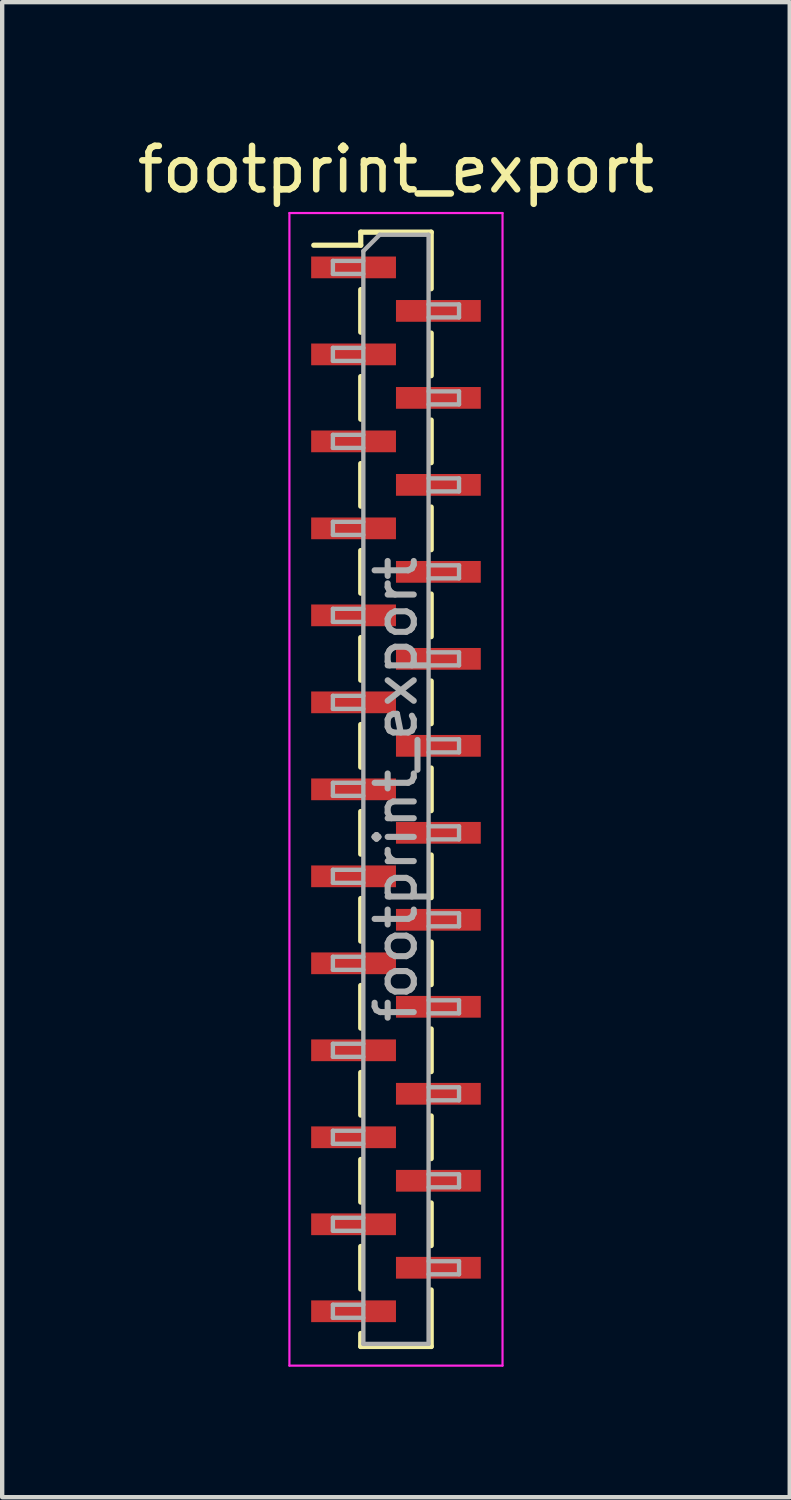
<source format=kicad_pcb>
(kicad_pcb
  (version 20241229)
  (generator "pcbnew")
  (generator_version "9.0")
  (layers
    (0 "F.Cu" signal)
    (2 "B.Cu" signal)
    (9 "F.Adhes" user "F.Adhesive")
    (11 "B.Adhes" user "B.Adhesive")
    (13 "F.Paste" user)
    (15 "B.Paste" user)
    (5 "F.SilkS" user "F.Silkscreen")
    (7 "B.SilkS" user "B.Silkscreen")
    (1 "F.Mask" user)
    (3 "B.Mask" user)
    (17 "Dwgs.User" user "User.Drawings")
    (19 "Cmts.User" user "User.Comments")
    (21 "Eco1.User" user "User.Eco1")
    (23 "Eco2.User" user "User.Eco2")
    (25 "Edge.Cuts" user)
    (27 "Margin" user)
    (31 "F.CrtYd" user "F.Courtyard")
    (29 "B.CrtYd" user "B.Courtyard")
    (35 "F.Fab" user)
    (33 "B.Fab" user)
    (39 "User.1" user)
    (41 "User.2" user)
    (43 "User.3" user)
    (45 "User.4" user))
  (footprint "footprint_export"
    (layer "F.Cu")
    (at 6.054 15.098)
    (property "Reference" "footprint_export" (at 0 -14.25 0) (layer "F.SilkS") (effects (font (size 1 1) (thickness 0.15))))
    (attr smd)
    (fp_line (start -1.89 -12.51) (end -0.81 -12.51) (stroke (width 0.12) (type solid)) (layer "F.SilkS"))
    (fp_line (start -0.81 -12.81) (end -0.81 -12.51) (stroke (width 0.12) (type solid)) (layer "F.SilkS"))
    (fp_line (start -0.81 -12.81) (end 0.81 -12.81) (stroke (width 0.12) (type solid)) (layer "F.SilkS"))
    (fp_line (start -0.81 -11.49) (end -0.81 -10.51) (stroke (width 0.12) (type solid)) (layer "F.SilkS"))
    (fp_line (start -0.81 -9.49) (end -0.81 -8.51) (stroke (width 0.12) (type solid)) (layer "F.SilkS"))
    (fp_line (start -0.81 -7.49) (end -0.81 -6.51) (stroke (width 0.12) (type solid)) (layer "F.SilkS"))
    (fp_line (start -0.81 -5.49) (end -0.81 -4.51) (stroke (width 0.12) (type solid)) (layer "F.SilkS"))
    (fp_line (start -0.81 -3.49) (end -0.81 -2.51) (stroke (width 0.12) (type solid)) (layer "F.SilkS"))
    (fp_line (start -0.81 -1.49) (end -0.81 -0.51) (stroke (width 0.12) (type solid)) (layer "F.SilkS"))
    (fp_line (start -0.81 0.51) (end -0.81 1.49) (stroke (width 0.12) (type solid)) (layer "F.SilkS"))
    (fp_line (start -0.81 2.51) (end -0.81 3.49) (stroke (width 0.12) (type solid)) (layer "F.SilkS"))
    (fp_line (start -0.81 4.51) (end -0.81 5.49) (stroke (width 0.12) (type solid)) (layer "F.SilkS"))
    (fp_line (start -0.81 6.51) (end -0.81 7.49) (stroke (width 0.12) (type solid)) (layer "F.SilkS"))
    (fp_line (start -0.81 8.51) (end -0.81 9.49) (stroke (width 0.12) (type solid)) (layer "F.SilkS"))
    (fp_line (start -0.81 10.51) (end -0.81 11.49) (stroke (width 0.12) (type solid)) (layer "F.SilkS"))
    (fp_line (start -0.81 12.51) (end -0.81 12.81) (stroke (width 0.12) (type solid)) (layer "F.SilkS"))
    (fp_line (start -0.81 12.81) (end 0.81 12.81) (stroke (width 0.12) (type solid)) (layer "F.SilkS"))
    (fp_line (start 0.81 -12.81) (end 0.81 -11.51) (stroke (width 0.12) (type solid)) (layer "F.SilkS"))
    (fp_line (start 0.81 -10.49) (end 0.81 -9.51) (stroke (width 0.12) (type solid)) (layer "F.SilkS"))
    (fp_line (start 0.81 -8.49) (end 0.81 -7.51) (stroke (width 0.12) (type solid)) (layer "F.SilkS"))
    (fp_line (start 0.81 -6.49) (end 0.81 -5.51) (stroke (width 0.12) (type solid)) (layer "F.SilkS"))
    (fp_line (start 0.81 -4.49) (end 0.81 -3.51) (stroke (width 0.12) (type solid)) (layer "F.SilkS"))
    (fp_line (start 0.81 -2.49) (end 0.81 -1.51) (stroke (width 0.12) (type solid)) (layer "F.SilkS"))
    (fp_line (start 0.81 -0.49) (end 0.81 0.49) (stroke (width 0.12) (type solid)) (layer "F.SilkS"))
    (fp_line (start 0.81 1.51) (end 0.81 2.49) (stroke (width 0.12) (type solid)) (layer "F.SilkS"))
    (fp_line (start 0.81 3.51) (end 0.81 4.49) (stroke (width 0.12) (type solid)) (layer "F.SilkS"))
    (fp_line (start 0.81 5.51) (end 0.81 6.49) (stroke (width 0.12) (type solid)) (layer "F.SilkS"))
    (fp_line (start 0.81 7.51) (end 0.81 8.49) (stroke (width 0.12) (type solid)) (layer "F.SilkS"))
    (fp_line (start 0.81 9.51) (end 0.81 10.49) (stroke (width 0.12) (type solid)) (layer "F.SilkS"))
    (fp_line (start 0.81 11.51) (end 0.81 12.81) (stroke (width 0.12) (type solid)) (layer "F.SilkS"))
    (fp_line (start -2.45 -13.25) (end 2.45 -13.25) (stroke (width 0.05) (type solid)) (layer "F.CrtYd"))
    (fp_line (start -2.45 13.25) (end -2.45 -13.25) (stroke (width 0.05) (type solid)) (layer "F.CrtYd"))
    (fp_line (start 2.45 -13.25) (end 2.45 13.25) (stroke (width 0.05) (type solid)) (layer "F.CrtYd"))
    (fp_line (start 2.45 13.25) (end -2.45 13.25) (stroke (width 0.05) (type solid)) (layer "F.CrtYd"))
    (fp_line (start -1.45 -12.15) (end -0.75 -12.15) (stroke (width 0.1) (type solid)) (layer "F.Fab"))
    (fp_line (start -1.45 -11.85) (end -1.45 -12.15) (stroke (width 0.1) (type solid)) (layer "F.Fab"))
    (fp_line (start -1.45 -10.15) (end -0.75 -10.15) (stroke (width 0.1) (type solid)) (layer "F.Fab"))
    (fp_line (start -1.45 -9.85) (end -1.45 -10.15) (stroke (width 0.1) (type solid)) (layer "F.Fab"))
    (fp_line (start -1.45 -8.15) (end -0.75 -8.15) (stroke (width 0.1) (type solid)) (layer "F.Fab"))
    (fp_line (start -1.45 -7.85) (end -1.45 -8.15) (stroke (width 0.1) (type solid)) (layer "F.Fab"))
    (fp_line (start -1.45 -6.15) (end -0.75 -6.15) (stroke (width 0.1) (type solid)) (layer "F.Fab"))
    (fp_line (start -1.45 -5.85) (end -1.45 -6.15) (stroke (width 0.1) (type solid)) (layer "F.Fab"))
    (fp_line (start -1.45 -4.15) (end -0.75 -4.15) (stroke (width 0.1) (type solid)) (layer "F.Fab"))
    (fp_line (start -1.45 -3.85) (end -1.45 -4.15) (stroke (width 0.1) (type solid)) (layer "F.Fab"))
    (fp_line (start -1.45 -2.15) (end -0.75 -2.15) (stroke (width 0.1) (type solid)) (layer "F.Fab"))
    (fp_line (start -1.45 -1.85) (end -1.45 -2.15) (stroke (width 0.1) (type solid)) (layer "F.Fab"))
    (fp_line (start -1.45 -0.15) (end -0.75 -0.15) (stroke (width 0.1) (type solid)) (layer "F.Fab"))
    (fp_line (start -1.45 0.15) (end -1.45 -0.15) (stroke (width 0.1) (type solid)) (layer "F.Fab"))
    (fp_line (start -1.45 1.85) (end -0.75 1.85) (stroke (width 0.1) (type solid)) (layer "F.Fab"))
    (fp_line (start -1.45 2.15) (end -1.45 1.85) (stroke (width 0.1) (type solid)) (layer "F.Fab"))
    (fp_line (start -1.45 3.85) (end -0.75 3.85) (stroke (width 0.1) (type solid)) (layer "F.Fab"))
    (fp_line (start -1.45 4.15) (end -1.45 3.85) (stroke (width 0.1) (type solid)) (layer "F.Fab"))
    (fp_line (start -1.45 5.85) (end -0.75 5.85) (stroke (width 0.1) (type solid)) (layer "F.Fab"))
    (fp_line (start -1.45 6.15) (end -1.45 5.85) (stroke (width 0.1) (type solid)) (layer "F.Fab"))
    (fp_line (start -1.45 7.85) (end -0.75 7.85) (stroke (width 0.1) (type solid)) (layer "F.Fab"))
    (fp_line (start -1.45 8.15) (end -1.45 7.85) (stroke (width 0.1) (type solid)) (layer "F.Fab"))
    (fp_line (start -1.45 9.85) (end -0.75 9.85) (stroke (width 0.1) (type solid)) (layer "F.Fab"))
    (fp_line (start -1.45 10.15) (end -1.45 9.85) (stroke (width 0.1) (type solid)) (layer "F.Fab"))
    (fp_line (start -1.45 11.85) (end -0.75 11.85) (stroke (width 0.1) (type solid)) (layer "F.Fab"))
    (fp_line (start -1.45 12.15) (end -1.45 11.85) (stroke (width 0.1) (type solid)) (layer "F.Fab"))
    (fp_line (start -0.75 -12.375) (end -0.375 -12.75) (stroke (width 0.1) (type solid)) (layer "F.Fab"))
    (fp_line (start -0.75 -11.85) (end -1.45 -11.85) (stroke (width 0.1) (type solid)) (layer "F.Fab"))
    (fp_line (start -0.75 -9.85) (end -1.45 -9.85) (stroke (width 0.1) (type solid)) (layer "F.Fab"))
    (fp_line (start -0.75 -7.85) (end -1.45 -7.85) (stroke (width 0.1) (type solid)) (layer "F.Fab"))
    (fp_line (start -0.75 -5.85) (end -1.45 -5.85) (stroke (width 0.1) (type solid)) (layer "F.Fab"))
    (fp_line (start -0.75 -3.85) (end -1.45 -3.85) (stroke (width 0.1) (type solid)) (layer "F.Fab"))
    (fp_line (start -0.75 -1.85) (end -1.45 -1.85) (stroke (width 0.1) (type solid)) (layer "F.Fab"))
    (fp_line (start -0.75 0.15) (end -1.45 0.15) (stroke (width 0.1) (type solid)) (layer "F.Fab"))
    (fp_line (start -0.75 2.15) (end -1.45 2.15) (stroke (width 0.1) (type solid)) (layer "F.Fab"))
    (fp_line (start -0.75 4.15) (end -1.45 4.15) (stroke (width 0.1) (type solid)) (layer "F.Fab"))
    (fp_line (start -0.75 6.15) (end -1.45 6.15) (stroke (width 0.1) (type solid)) (layer "F.Fab"))
    (fp_line (start -0.75 8.15) (end -1.45 8.15) (stroke (width 0.1) (type solid)) (layer "F.Fab"))
    (fp_line (start -0.75 10.15) (end -1.45 10.15) (stroke (width 0.1) (type solid)) (layer "F.Fab"))
    (fp_line (start -0.75 12.15) (end -1.45 12.15) (stroke (width 0.1) (type solid)) (layer "F.Fab"))
    (fp_line (start -0.75 12.75) (end -0.75 -12.375) (stroke (width 0.1) (type solid)) (layer "F.Fab"))
    (fp_line (start -0.375 -12.75) (end 0.75 -12.75) (stroke (width 0.1) (type solid)) (layer "F.Fab"))
    (fp_line (start 0.75 -12.75) (end 0.75 12.75) (stroke (width 0.1) (type solid)) (layer "F.Fab"))
    (fp_line (start 0.75 -11.15) (end 1.45 -11.15) (stroke (width 0.1) (type solid)) (layer "F.Fab"))
    (fp_line (start 0.75 -9.15) (end 1.45 -9.15) (stroke (width 0.1) (type solid)) (layer "F.Fab"))
    (fp_line (start 0.75 -7.15) (end 1.45 -7.15) (stroke (width 0.1) (type solid)) (layer "F.Fab"))
    (fp_line (start 0.75 -5.15) (end 1.45 -5.15) (stroke (width 0.1) (type solid)) (layer "F.Fab"))
    (fp_line (start 0.75 -3.15) (end 1.45 -3.15) (stroke (width 0.1) (type solid)) (layer "F.Fab"))
    (fp_line (start 0.75 -1.15) (end 1.45 -1.15) (stroke (width 0.1) (type solid)) (layer "F.Fab"))
    (fp_line (start 0.75 0.85) (end 1.45 0.85) (stroke (width 0.1) (type solid)) (layer "F.Fab"))
    (fp_line (start 0.75 2.85) (end 1.45 2.85) (stroke (width 0.1) (type solid)) (layer "F.Fab"))
    (fp_line (start 0.75 4.85) (end 1.45 4.85) (stroke (width 0.1) (type solid)) (layer "F.Fab"))
    (fp_line (start 0.75 6.85) (end 1.45 6.85) (stroke (width 0.1) (type solid)) (layer "F.Fab"))
    (fp_line (start 0.75 8.85) (end 1.45 8.85) (stroke (width 0.1) (type solid)) (layer "F.Fab"))
    (fp_line (start 0.75 10.85) (end 1.45 10.85) (stroke (width 0.1) (type solid)) (layer "F.Fab"))
    (fp_line (start 0.75 12.75) (end -0.75 12.75) (stroke (width 0.1) (type solid)) (layer "F.Fab"))
    (fp_line (start 1.45 -11.15) (end 1.45 -10.85) (stroke (width 0.1) (type solid)) (layer "F.Fab"))
    (fp_line (start 1.45 -10.85) (end 0.75 -10.85) (stroke (width 0.1) (type solid)) (layer "F.Fab"))
    (fp_line (start 1.45 -9.15) (end 1.45 -8.85) (stroke (width 0.1) (type solid)) (layer "F.Fab"))
    (fp_line (start 1.45 -8.85) (end 0.75 -8.85) (stroke (width 0.1) (type solid)) (layer "F.Fab"))
    (fp_line (start 1.45 -7.15) (end 1.45 -6.85) (stroke (width 0.1) (type solid)) (layer "F.Fab"))
    (fp_line (start 1.45 -6.85) (end 0.75 -6.85) (stroke (width 0.1) (type solid)) (layer "F.Fab"))
    (fp_line (start 1.45 -5.15) (end 1.45 -4.85) (stroke (width 0.1) (type solid)) (layer "F.Fab"))
    (fp_line (start 1.45 -4.85) (end 0.75 -4.85) (stroke (width 0.1) (type solid)) (layer "F.Fab"))
    (fp_line (start 1.45 -3.15) (end 1.45 -2.85) (stroke (width 0.1) (type solid)) (layer "F.Fab"))
    (fp_line (start 1.45 -2.85) (end 0.75 -2.85) (stroke (width 0.1) (type solid)) (layer "F.Fab"))
    (fp_line (start 1.45 -1.15) (end 1.45 -0.85) (stroke (width 0.1) (type solid)) (layer "F.Fab"))
    (fp_line (start 1.45 -0.85) (end 0.75 -0.85) (stroke (width 0.1) (type solid)) (layer "F.Fab"))
    (fp_line (start 1.45 0.85) (end 1.45 1.15) (stroke (width 0.1) (type solid)) (layer "F.Fab"))
    (fp_line (start 1.45 1.15) (end 0.75 1.15) (stroke (width 0.1) (type solid)) (layer "F.Fab"))
    (fp_line (start 1.45 2.85) (end 1.45 3.15) (stroke (width 0.1) (type solid)) (layer "F.Fab"))
    (fp_line (start 1.45 3.15) (end 0.75 3.15) (stroke (width 0.1) (type solid)) (layer "F.Fab"))
    (fp_line (start 1.45 4.85) (end 1.45 5.15) (stroke (width 0.1) (type solid)) (layer "F.Fab"))
    (fp_line (start 1.45 5.15) (end 0.75 5.15) (stroke (width 0.1) (type solid)) (layer "F.Fab"))
    (fp_line (start 1.45 6.85) (end 1.45 7.15) (stroke (width 0.1) (type solid)) (layer "F.Fab"))
    (fp_line (start 1.45 7.15) (end 0.75 7.15) (stroke (width 0.1) (type solid)) (layer "F.Fab"))
    (fp_line (start 1.45 8.85) (end 1.45 9.15) (stroke (width 0.1) (type solid)) (layer "F.Fab"))
    (fp_line (start 1.45 9.15) (end 0.75 9.15) (stroke (width 0.1) (type solid)) (layer "F.Fab"))
    (fp_line (start 1.45 10.85) (end 1.45 11.15) (stroke (width 0.1) (type solid)) (layer "F.Fab"))
    (fp_line (start 1.45 11.15) (end 0.75 11.15) (stroke (width 0.1) (type solid)) (layer "F.Fab"))
    (fp_text user "${REFERENCE}" (at 0 0 90) (layer "F.Fab") (effects (font (size 0.9 0.9) (thickness 0.14))))
    (pad "1" smd rect (at -0.975 -12) (size 1.95 0.5) (layers "F.Cu" "F.Mask" "F.Paste"))
    (pad "2" smd rect (at 0.975 -11) (size 1.95 0.5) (layers "F.Cu" "F.Mask" "F.Paste"))
    (pad "3" smd rect (at -0.975 -10) (size 1.95 0.5) (layers "F.Cu" "F.Mask" "F.Paste"))
    (pad "4" smd rect (at 0.975 -9) (size 1.95 0.5) (layers "F.Cu" "F.Mask" "F.Paste"))
    (pad "5" smd rect (at -0.975 -8) (size 1.95 0.5) (layers "F.Cu" "F.Mask" "F.Paste"))
    (pad "6" smd rect (at 0.975 -7) (size 1.95 0.5) (layers "F.Cu" "F.Mask" "F.Paste"))
    (pad "7" smd rect (at -0.975 -6) (size 1.95 0.5) (layers "F.Cu" "F.Mask" "F.Paste"))
    (pad "8" smd rect (at 0.975 -5) (size 1.95 0.5) (layers "F.Cu" "F.Mask" "F.Paste"))
    (pad "9" smd rect (at -0.975 -4) (size 1.95 0.5) (layers "F.Cu" "F.Mask" "F.Paste"))
    (pad "10" smd rect (at 0.975 -3) (size 1.95 0.5) (layers "F.Cu" "F.Mask" "F.Paste"))
    (pad "11" smd rect (at -0.975 -2) (size 1.95 0.5) (layers "F.Cu" "F.Mask" "F.Paste"))
    (pad "12" smd rect (at 0.975 -1) (size 1.95 0.5) (layers "F.Cu" "F.Mask" "F.Paste"))
    (pad "13" smd rect (at -0.975 0) (size 1.95 0.5) (layers "F.Cu" "F.Mask" "F.Paste"))
    (pad "14" smd rect (at 0.975 1) (size 1.95 0.5) (layers "F.Cu" "F.Mask" "F.Paste"))
    (pad "15" smd rect (at -0.975 2) (size 1.95 0.5) (layers "F.Cu" "F.Mask" "F.Paste"))
    (pad "16" smd rect (at 0.975 3) (size 1.95 0.5) (layers "F.Cu" "F.Mask" "F.Paste"))
    (pad "17" smd rect (at -0.975 4) (size 1.95 0.5) (layers "F.Cu" "F.Mask" "F.Paste"))
    (pad "18" smd rect (at 0.975 5) (size 1.95 0.5) (layers "F.Cu" "F.Mask" "F.Paste"))
    (pad "19" smd rect (at -0.975 6) (size 1.95 0.5) (layers "F.Cu" "F.Mask" "F.Paste"))
    (pad "20" smd rect (at 0.975 7) (size 1.95 0.5) (layers "F.Cu" "F.Mask" "F.Paste"))
    (pad "21" smd rect (at -0.975 8) (size 1.95 0.5) (layers "F.Cu" "F.Mask" "F.Paste"))
    (pad "22" smd rect (at 0.975 9) (size 1.95 0.5) (layers "F.Cu" "F.Mask" "F.Paste"))
    (pad "23" smd rect (at -0.975 10) (size 1.95 0.5) (layers "F.Cu" "F.Mask" "F.Paste"))
    (pad "24" smd rect (at 0.975 11) (size 1.95 0.5) (layers "F.Cu" "F.Mask" "F.Paste"))
    (pad "25" smd rect (at -0.975 12) (size 1.95 0.5) (layers "F.Cu" "F.Mask" "F.Paste")))
  (gr_rect
    (start -3 -3)
    (end 15.107 31.373)
    (stroke (width 0.1) (type default))
    (fill no)
    (layer "Edge.Cuts")))
</source>
